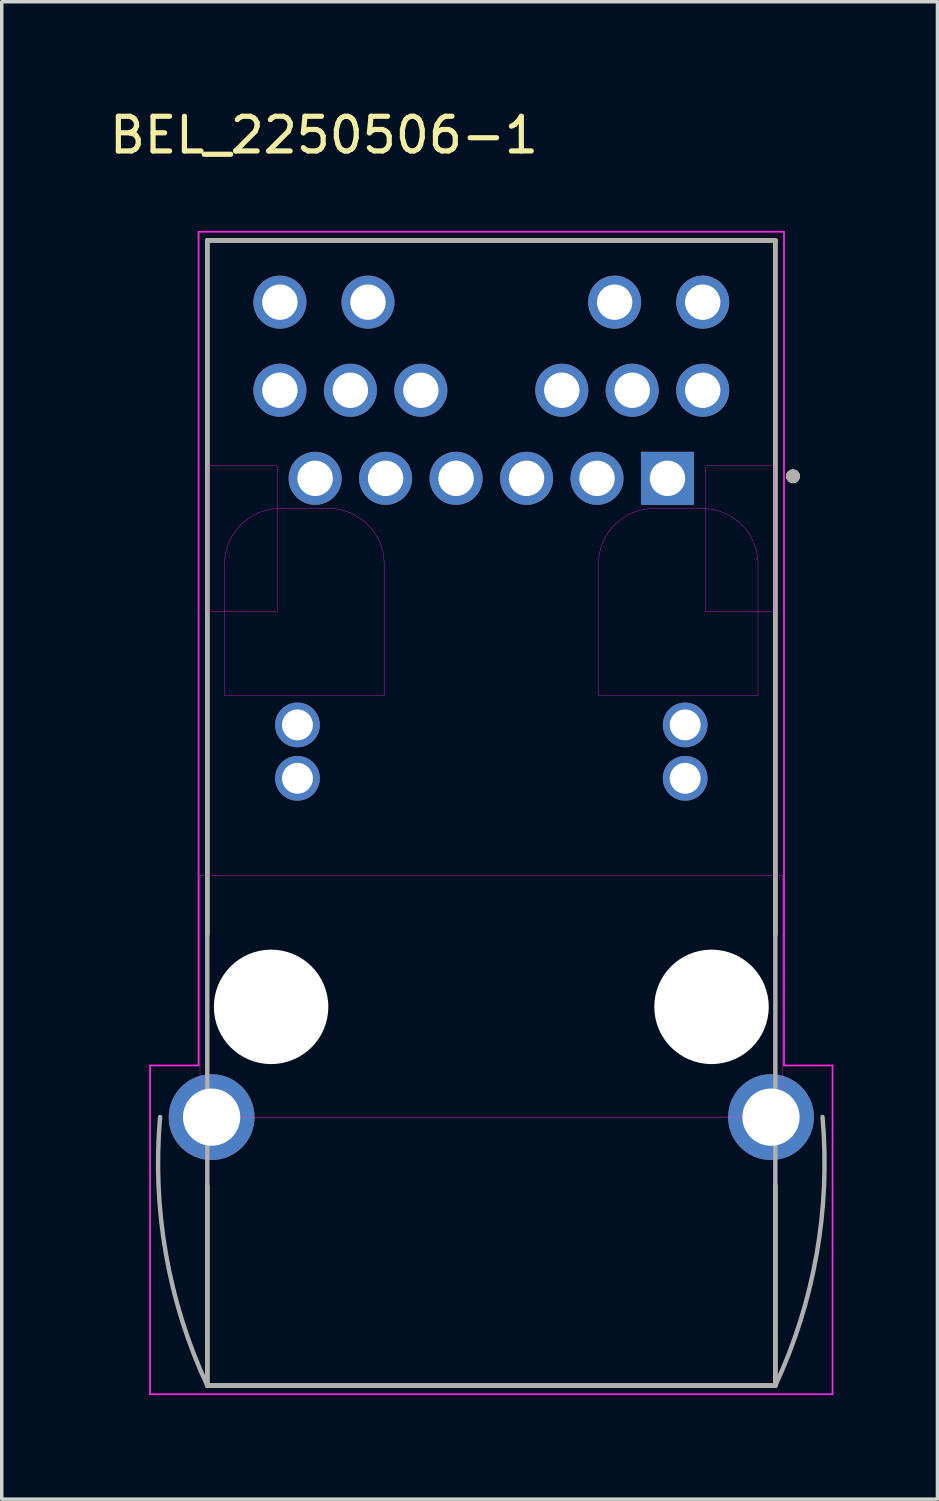
<source format=kicad_pcb>
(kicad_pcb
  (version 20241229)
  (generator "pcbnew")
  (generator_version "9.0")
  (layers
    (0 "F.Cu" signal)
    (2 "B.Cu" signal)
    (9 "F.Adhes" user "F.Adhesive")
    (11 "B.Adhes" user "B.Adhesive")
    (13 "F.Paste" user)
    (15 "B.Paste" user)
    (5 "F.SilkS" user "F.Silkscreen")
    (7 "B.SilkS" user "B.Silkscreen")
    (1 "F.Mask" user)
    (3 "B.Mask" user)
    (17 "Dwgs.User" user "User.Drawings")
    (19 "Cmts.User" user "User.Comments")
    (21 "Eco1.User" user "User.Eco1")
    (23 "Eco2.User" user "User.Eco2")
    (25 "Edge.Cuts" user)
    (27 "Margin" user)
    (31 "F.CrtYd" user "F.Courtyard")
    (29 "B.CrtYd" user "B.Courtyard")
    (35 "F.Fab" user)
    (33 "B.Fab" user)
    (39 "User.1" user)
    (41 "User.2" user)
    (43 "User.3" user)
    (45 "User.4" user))
  (footprint "BEL_2250506-1"
    (layer "F.Cu")
    (at 11.117 25.983)
    (property "Reference" "BEL_2250506-1" (at -4.825 -25.135 0) (layer "F.SilkS") (effects (font (size 1 1) (thickness 0.15))))
    (attr through_hole)
    (fp_line (start -8.19 -22.1) (end -8.19 -2.078) (stroke (width 0.127) (type solid)) (layer "F.SilkS"))
    (fp_line (start -8.19 5.156) (end -8.19 10.92) (stroke (width 0.127) (type solid)) (layer "F.SilkS"))
    (fp_line (start -8.19 10.92) (end 8.19 10.92) (stroke (width 0.127) (type solid)) (layer "F.SilkS"))
    (fp_line (start 8.19 -22.1) (end -8.19 -22.1) (stroke (width 0.127) (type solid)) (layer "F.SilkS"))
    (fp_line (start 8.19 -22.1) (end 8.19 -2.078) (stroke (width 0.127) (type solid)) (layer "F.SilkS"))
    (fp_line (start 8.19 5.156) (end 8.19 10.92) (stroke (width 0.127) (type solid)) (layer "F.SilkS"))
    (fp_circle (center 8.7 -15.3) (end 8.8 -15.3) (stroke (width 0.2) (type solid)) (fill no) (layer "F.SilkS"))
    (fp_line (start -9.84 1.69) (end -8.44 1.69) (stroke (width 0.05) (type solid)) (layer "F.CrtYd"))
    (fp_line (start -9.84 11.17) (end -9.84 1.69) (stroke (width 0.05) (type solid)) (layer "F.CrtYd"))
    (fp_line (start -8.44 -22.35) (end 8.44 -22.35) (stroke (width 0.05) (type solid)) (layer "F.CrtYd"))
    (fp_line (start -8.44 1.69) (end -8.44 -22.35) (stroke (width 0.05) (type solid)) (layer "F.CrtYd"))
    (fp_line (start 8.44 -22.35) (end 8.44 1.69) (stroke (width 0.05) (type solid)) (layer "F.CrtYd"))
    (fp_line (start 8.44 1.69) (end 9.84 1.69) (stroke (width 0.05) (type solid)) (layer "F.CrtYd"))
    (fp_line (start 9.84 1.69) (end 9.84 11.17) (stroke (width 0.05) (type solid)) (layer "F.CrtYd"))
    (fp_line (start 9.84 11.17) (end -9.84 11.17) (stroke (width 0.05) (type solid)) (layer "F.CrtYd"))
    (fp_poly (pts (xy -8.4 -3.78) (xy 8.4 -3.78) (xy 8.4 3.18) (xy -8.4 3.18)) (stroke (width 0.01) (type solid)) (fill no) (layer "F.CrtYd"))
    (fp_poly (pts (xy -8.17 -15.6) (xy -6.17 -15.6) (xy -6.17 -11.4) (xy -8.17 -11.4)) (stroke (width 0.01) (type solid)) (fill no) (layer "F.CrtYd"))
    (fp_poly (pts (xy 6.17 -15.6) (xy 8.17 -15.6) (xy 8.17 -11.4) (xy 6.17 -11.4)) (stroke (width 0.01) (type solid)) (fill no) (layer "F.CrtYd"))
    (fp_poly (pts (xy -7.69 -8.97) (xy -7.69 -12.77) (xy -7.688 -12.854) (xy -7.681 -12.937) (xy -7.67 -13.02) (xy -7.655 -13.103) (xy -7.635 -13.184) (xy -7.612 -13.264) (xy -7.584 -13.343) (xy -7.552 -13.421) (xy -7.516 -13.496) (xy -7.476 -13.57) (xy -7.432 -13.641) (xy -7.384 -13.71) (xy -7.333 -13.777) (xy -7.279 -13.841) (xy -7.221 -13.901) (xy -7.161 -13.959) (xy -7.097 -14.013) (xy -7.03 -14.064) (xy -6.961 -14.112) (xy -6.89 -14.156) (xy -6.816 -14.196) (xy -6.741 -14.232) (xy -6.663 -14.264) (xy -6.584 -14.292) (xy -6.504 -14.315) (xy -6.423 -14.335) (xy -6.34 -14.35) (xy -6.257 -14.361) (xy -6.174 -14.368) (xy -6.09 -14.37) (xy -4.69 -14.37) (xy -4.606 -14.368) (xy -4.523 -14.361) (xy -4.44 -14.35) (xy -4.357 -14.335) (xy -4.276 -14.315) (xy -4.196 -14.292) (xy -4.117 -14.264) (xy -4.039 -14.232) (xy -3.964 -14.196) (xy -3.89 -14.156) (xy -3.819 -14.112) (xy -3.75 -14.064) (xy -3.683 -14.013) (xy -3.619 -13.959) (xy -3.559 -13.901) (xy -3.501 -13.841) (xy -3.447 -13.777) (xy -3.396 -13.71) (xy -3.348 -13.641) (xy -3.304 -13.57) (xy -3.264 -13.496) (xy -3.228 -13.421) (xy -3.196 -13.343) (xy -3.168 -13.264) (xy -3.145 -13.184) (xy -3.125 -13.103) (xy -3.11 -13.02) (xy -3.099 -12.937) (xy -3.092 -12.854) (xy -3.09 -12.77) (xy -3.09 -8.97) (xy -7.69 -8.97)) (stroke (width 0.01) (type solid)) (fill no) (layer "F.CrtYd"))
    (fp_poly (pts (xy 3.09 -8.97) (xy 3.09 -12.77) (xy 3.092 -12.854) (xy 3.099 -12.937) (xy 3.11 -13.02) (xy 3.125 -13.103) (xy 3.145 -13.184) (xy 3.168 -13.264) (xy 3.196 -13.343) (xy 3.228 -13.421) (xy 3.264 -13.496) (xy 3.304 -13.57) (xy 3.348 -13.641) (xy 3.396 -13.71) (xy 3.447 -13.777) (xy 3.501 -13.841) (xy 3.559 -13.901) (xy 3.619 -13.959) (xy 3.683 -14.013) (xy 3.75 -14.064) (xy 3.819 -14.112) (xy 3.89 -14.156) (xy 3.964 -14.196) (xy 4.039 -14.232) (xy 4.117 -14.264) (xy 4.196 -14.292) (xy 4.276 -14.315) (xy 4.357 -14.335) (xy 4.44 -14.35) (xy 4.523 -14.361) (xy 4.606 -14.368) (xy 4.69 -14.37) (xy 6.09 -14.37) (xy 6.174 -14.368) (xy 6.257 -14.361) (xy 6.34 -14.35) (xy 6.423 -14.335) (xy 6.504 -14.315) (xy 6.584 -14.292) (xy 6.663 -14.264) (xy 6.741 -14.232) (xy 6.816 -14.196) (xy 6.89 -14.156) (xy 6.961 -14.112) (xy 7.03 -14.064) (xy 7.097 -14.013) (xy 7.161 -13.959) (xy 7.221 -13.901) (xy 7.279 -13.841) (xy 7.333 -13.777) (xy 7.384 -13.71) (xy 7.432 -13.641) (xy 7.476 -13.57) (xy 7.516 -13.496) (xy 7.552 -13.421) (xy 7.584 -13.343) (xy 7.612 -13.264) (xy 7.635 -13.184) (xy 7.655 -13.103) (xy 7.67 -13.02) (xy 7.681 -12.937) (xy 7.688 -12.854) (xy 7.69 -12.77) (xy 7.69 -8.97) (xy 3.09 -8.97)) (stroke (width 0.01) (type solid)) (fill no) (layer "F.CrtYd"))
    (fp_line (start -8.19 -22.1) (end -8.19 10.92) (stroke (width 0.127) (type solid)) (layer "F.Fab"))
    (fp_line (start -8.19 10.92) (end 8.19 10.92) (stroke (width 0.127) (type solid)) (layer "F.Fab"))
    (fp_line (start 8.19 -22.1) (end -8.19 -22.1) (stroke (width 0.127) (type solid)) (layer "F.Fab"))
    (fp_line (start 8.19 10.92) (end 8.19 -22.1) (stroke (width 0.127) (type solid)) (layer "F.Fab"))
    (fp_arc (start -8.19 10.92) (mid -9.380024 7.13705) (end -9.5504 3.175) (stroke (width 0.127) (type solid)) (layer "F.Fab"))
    (fp_arc (start 9.5504 3.175) (mid 9.380024 7.13705) (end 8.19 10.92) (stroke (width 0.127) (type solid)) (layer "F.Fab"))
    (fp_circle (center 8.7 -15.3) (end 8.8 -15.3) (stroke (width 0.2) (type solid)) (fill no) (layer "F.Fab"))
    (pad "" np_thru_hole circle (at -6.35 0) (size 3.3 3.3) (drill 3.3) (layers "*.Cu" "*.Mask"))
    (pad "" np_thru_hole circle (at 6.35 0) (size 3.3 3.3) (drill 3.3) (layers "*.Cu" "*.Mask"))
    (pad "1" thru_hole rect (at 5.08 -15.24) (size 1.53 1.53) (drill 1.02) (layers "*.Cu" "*.Mask"))
    (pad "2" thru_hole circle (at 3.048 -15.24) (size 1.53 1.53) (drill 1.02) (layers "*.Cu" "*.Mask"))
    (pad "3" thru_hole circle (at 1.016 -15.24) (size 1.53 1.53) (drill 1.02) (layers "*.Cu" "*.Mask"))
    (pad "4" thru_hole circle (at -1.016 -15.24) (size 1.53 1.53) (drill 1.02) (layers "*.Cu" "*.Mask"))
    (pad "5" thru_hole circle (at -3.048 -15.24) (size 1.53 1.53) (drill 1.02) (layers "*.Cu" "*.Mask"))
    (pad "6" thru_hole circle (at -5.08 -15.24) (size 1.53 1.53) (drill 1.02) (layers "*.Cu" "*.Mask"))
    (pad "7" thru_hole circle (at 6.096 -17.78) (size 1.53 1.53) (drill 1.02) (layers "*.Cu" "*.Mask"))
    (pad "8" thru_hole circle (at 4.064 -17.78) (size 1.53 1.53) (drill 1.02) (layers "*.Cu" "*.Mask"))
    (pad "9" thru_hole circle (at 2.032 -17.78) (size 1.53 1.53) (drill 1.02) (layers "*.Cu" "*.Mask"))
    (pad "10" thru_hole circle (at -2.032 -17.78) (size 1.53 1.53) (drill 1.02) (layers "*.Cu" "*.Mask"))
    (pad "11" thru_hole circle (at -4.064 -17.78) (size 1.53 1.53) (drill 1.02) (layers "*.Cu" "*.Mask"))
    (pad "12" thru_hole circle (at -6.096 -17.78) (size 1.53 1.53) (drill 1.02) (layers "*.Cu" "*.Mask"))
    (pad "13" thru_hole circle (at 5.59 -8.13) (size 1.29 1.29) (drill 0.89) (layers "*.Cu" "*.Mask"))
    (pad "14" thru_hole circle (at -5.59 -8.13) (size 1.29 1.29) (drill 0.89) (layers "*.Cu" "*.Mask"))
    (pad "15" thru_hole circle (at 5.59 -6.59) (size 1.29 1.29) (drill 0.89) (layers "*.Cu" "*.Mask"))
    (pad "16" thru_hole circle (at -5.59 -6.59) (size 1.29 1.29) (drill 0.89) (layers "*.Cu" "*.Mask"))
    (pad "17" thru_hole circle (at 6.096 -20.32) (size 1.53 1.53) (drill 1.02) (layers "*.Cu" "*.Mask"))
    (pad "18" thru_hole circle (at 3.556 -20.32) (size 1.53 1.53) (drill 1.02) (layers "*.Cu" "*.Mask"))
    (pad "19" thru_hole circle (at -3.556 -20.32) (size 1.53 1.53) (drill 1.02) (layers "*.Cu" "*.Mask"))
    (pad "20" thru_hole circle (at -6.096 -20.32) (size 1.53 1.53) (drill 1.02) (layers "*.Cu" "*.Mask"))
    (pad "S1" thru_hole circle (at 8.065 3.18) (size 2.475 2.475) (drill 1.65) (layers "*.Cu" "*.Mask"))
    (pad "S2" thru_hole circle (at -8.065 3.18) (size 2.475 2.475) (drill 1.65) (layers "*.Cu" "*.Mask"))
    (zone (net_name "") (layer "F.Cu") (hatch full 0.508) (connect_pads) (min_thickness 0.01) (filled_areas_thickness no) (keepout (tracks not_allowed) (vias not_allowed) (pads not_allowed) (copperpour not_allowed) (footprints allowed)) (placement (enabled no)) (fill) (polygon (pts (xy 3.427 17.013) (xy 3.427 13.213) (xy 3.429 13.129) (xy 3.436 13.046) (xy 3.447 12.963) (xy 3.462 12.88) (xy 3.482 12.799) (xy 3.505 12.719) (xy 3.533 12.64) (xy 3.565 12.562) (xy 3.601 12.487) (xy 3.641 12.413) (xy 3.685 12.342) (xy 3.733 12.273) (xy 3.784 12.206) (xy 3.838 12.142) (xy 3.896 12.082) (xy 3.956 12.024) (xy 4.02 11.97) (xy 4.087 11.919) (xy 4.156 11.871) (xy 4.227 11.827) (xy 4.301 11.787) (xy 4.376 11.751) (xy 4.454 11.719) (xy 4.533 11.691) (xy 4.613 11.668) (xy 4.694 11.648) (xy 4.777 11.633) (xy 4.86 11.622) (xy 4.943 11.615) (xy 5.027 11.613) (xy 6.427 11.613) (xy 6.511 11.615) (xy 6.594 11.622) (xy 6.677 11.633) (xy 6.76 11.648) (xy 6.841 11.668) (xy 6.921 11.691) (xy 7 11.719) (xy 7.078 11.751) (xy 7.153 11.787) (xy 7.227 11.827) (xy 7.298 11.871) (xy 7.367 11.919) (xy 7.434 11.97) (xy 7.498 12.024) (xy 7.558 12.082) (xy 7.616 12.142) (xy 7.67 12.206) (xy 7.721 12.273) (xy 7.769 12.342) (xy 7.813 12.413) (xy 7.853 12.487) (xy 7.889 12.562) (xy 7.921 12.64) (xy 7.949 12.719) (xy 7.972 12.799) (xy 7.992 12.88) (xy 8.007 12.963) (xy 8.018 13.046) (xy 8.025 13.129) (xy 8.027 13.213) (xy 8.027 17.013))))
    (zone (net_name "") (layer "F.Cu") (hatch full 0.508) (connect_pads) (min_thickness 0.01) (filled_areas_thickness no) (keepout (tracks not_allowed) (vias not_allowed) (pads not_allowed) (copperpour not_allowed) (footprints allowed)) (placement (enabled no)) (fill) (polygon (pts (xy 14.207 17.013) (xy 14.207 13.213) (xy 14.209 13.129) (xy 14.216 13.046) (xy 14.227 12.963) (xy 14.242 12.88) (xy 14.262 12.799) (xy 14.285 12.719) (xy 14.313 12.64) (xy 14.345 12.562) (xy 14.381 12.487) (xy 14.421 12.413) (xy 14.465 12.342) (xy 14.513 12.273) (xy 14.564 12.206) (xy 14.618 12.142) (xy 14.676 12.082) (xy 14.736 12.024) (xy 14.8 11.97) (xy 14.867 11.919) (xy 14.936 11.871) (xy 15.007 11.827) (xy 15.081 11.787) (xy 15.156 11.751) (xy 15.234 11.719) (xy 15.313 11.691) (xy 15.393 11.668) (xy 15.474 11.648) (xy 15.557 11.633) (xy 15.64 11.622) (xy 15.723 11.615) (xy 15.807 11.613) (xy 17.207 11.613) (xy 17.291 11.615) (xy 17.374 11.622) (xy 17.457 11.633) (xy 17.54 11.648) (xy 17.621 11.668) (xy 17.701 11.691) (xy 17.78 11.719) (xy 17.858 11.751) (xy 17.933 11.787) (xy 18.007 11.827) (xy 18.078 11.871) (xy 18.147 11.919) (xy 18.214 11.97) (xy 18.278 12.024) (xy 18.338 12.082) (xy 18.396 12.142) (xy 18.45 12.206) (xy 18.501 12.273) (xy 18.549 12.342) (xy 18.593 12.413) (xy 18.633 12.487) (xy 18.669 12.562) (xy 18.701 12.64) (xy 18.729 12.719) (xy 18.752 12.799) (xy 18.772 12.88) (xy 18.787 12.963) (xy 18.798 13.046) (xy 18.805 13.129) (xy 18.807 13.213) (xy 18.807 17.013))))
    (zone (net_name "") (layers "F.Cu" "B.Cu") (hatch full 0.508) (connect_pads) (min_thickness 0.01) (filled_areas_thickness no) (keepout (tracks allowed) (vias not_allowed) (pads allowed) (copperpour allowed) (footprints allowed)) (placement (enabled no)) (fill) (polygon (pts (xy 3.427 17.013) (xy 3.427 13.213) (xy 3.429 13.129) (xy 3.436 13.046) (xy 3.447 12.963) (xy 3.462 12.88) (xy 3.482 12.799) (xy 3.505 12.719) (xy 3.533 12.64) (xy 3.565 12.562) (xy 3.601 12.487) (xy 3.641 12.413) (xy 3.685 12.342) (xy 3.733 12.273) (xy 3.784 12.206) (xy 3.838 12.142) (xy 3.896 12.082) (xy 3.956 12.024) (xy 4.02 11.97) (xy 4.087 11.919) (xy 4.156 11.871) (xy 4.227 11.827) (xy 4.301 11.787) (xy 4.376 11.751) (xy 4.454 11.719) (xy 4.533 11.691) (xy 4.613 11.668) (xy 4.694 11.648) (xy 4.777 11.633) (xy 4.86 11.622) (xy 4.943 11.615) (xy 5.027 11.613) (xy 6.427 11.613) (xy 6.511 11.615) (xy 6.594 11.622) (xy 6.677 11.633) (xy 6.76 11.648) (xy 6.841 11.668) (xy 6.921 11.691) (xy 7 11.719) (xy 7.078 11.751) (xy 7.153 11.787) (xy 7.227 11.827) (xy 7.298 11.871) (xy 7.367 11.919) (xy 7.434 11.97) (xy 7.498 12.024) (xy 7.558 12.082) (xy 7.616 12.142) (xy 7.67 12.206) (xy 7.721 12.273) (xy 7.769 12.342) (xy 7.813 12.413) (xy 7.853 12.487) (xy 7.889 12.562) (xy 7.921 12.64) (xy 7.949 12.719) (xy 7.972 12.799) (xy 7.992 12.88) (xy 8.007 12.963) (xy 8.018 13.046) (xy 8.025 13.129) (xy 8.027 13.213) (xy 8.027 17.013))))
    (zone (net_name "") (layers "F.Cu" "B.Cu") (hatch full 0.508) (connect_pads) (min_thickness 0.01) (filled_areas_thickness no) (keepout (tracks allowed) (vias not_allowed) (pads allowed) (copperpour allowed) (footprints allowed)) (placement (enabled no)) (fill) (polygon (pts (xy 14.207 17.013) (xy 14.207 13.213) (xy 14.209 13.129) (xy 14.216 13.046) (xy 14.227 12.963) (xy 14.242 12.88) (xy 14.262 12.799) (xy 14.285 12.719) (xy 14.313 12.64) (xy 14.345 12.562) (xy 14.381 12.487) (xy 14.421 12.413) (xy 14.465 12.342) (xy 14.513 12.273) (xy 14.564 12.206) (xy 14.618 12.142) (xy 14.676 12.082) (xy 14.736 12.024) (xy 14.8 11.97) (xy 14.867 11.919) (xy 14.936 11.871) (xy 15.007 11.827) (xy 15.081 11.787) (xy 15.156 11.751) (xy 15.234 11.719) (xy 15.313 11.691) (xy 15.393 11.668) (xy 15.474 11.648) (xy 15.557 11.633) (xy 15.64 11.622) (xy 15.723 11.615) (xy 15.807 11.613) (xy 17.207 11.613) (xy 17.291 11.615) (xy 17.374 11.622) (xy 17.457 11.633) (xy 17.54 11.648) (xy 17.621 11.668) (xy 17.701 11.691) (xy 17.78 11.719) (xy 17.858 11.751) (xy 17.933 11.787) (xy 18.007 11.827) (xy 18.078 11.871) (xy 18.147 11.919) (xy 18.214 11.97) (xy 18.278 12.024) (xy 18.338 12.082) (xy 18.396 12.142) (xy 18.45 12.206) (xy 18.501 12.273) (xy 18.549 12.342) (xy 18.593 12.413) (xy 18.633 12.487) (xy 18.669 12.562) (xy 18.701 12.64) (xy 18.729 12.719) (xy 18.752 12.799) (xy 18.772 12.88) (xy 18.787 12.963) (xy 18.798 13.046) (xy 18.805 13.129) (xy 18.807 13.213) (xy 18.807 17.013)))))
  (gr_rect
    (start -3 -3)
    (end 23.982 40.178)
    (stroke (width 0.1) (type default))
    (fill no)
    (layer "Edge.Cuts")))
</source>
